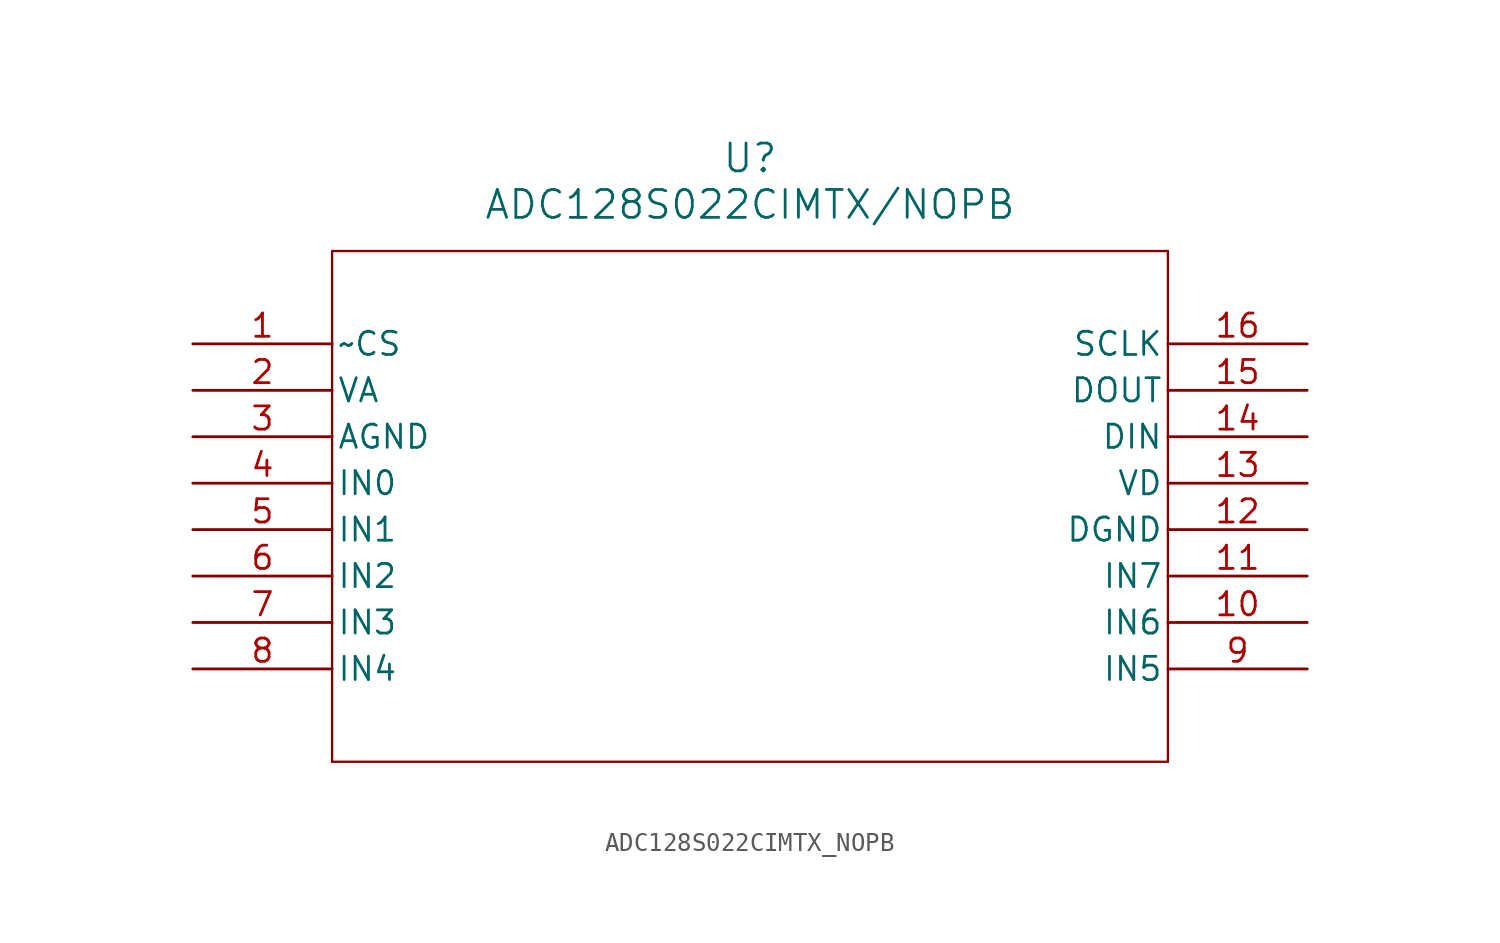
<source format=kicad_sym>
(kicad_symbol_lib
  (version 20211014)
  (generator kicad_symbol_editor)
  (symbol "ADC128S022CIMTX_NOPB"
    (pin_names
      (offset 0.254))
    (property "Reference" "U"
      (at 30.48 10.16 0)
      (effects (font (size 1.524 1.524))))
    (property "Value" "ADC128S022CIMTX/NOPB"
      (at 30.48 7.62 0)
      (effects (font (size 1.524 1.524))))
    (symbol "ADC128S022CIMTX_NOPB_0_1"
      (polyline (pts (xy 7.62 5.08) (xy 7.62 -22.86)) (stroke (width 0.127) (type default) (color 0 0 0 0)) (fill (type none)))
      (polyline (pts (xy 7.62 -22.86) (xy 53.34 -22.86)) (stroke (width 0.127) (type default) (color 0 0 0 0)) (fill (type none)))
      (polyline (pts (xy 53.34 -22.86) (xy 53.34 5.08)) (stroke (width 0.127) (type default) (color 0 0 0 0)) (fill (type none)))
      (polyline (pts (xy 53.34 5.08) (xy 7.62 5.08)) (stroke (width 0.127) (type default) (color 0 0 0 0)) (fill (type none)))
      (pin passive line (at 0 0 0) (length 7.62) (name "~CS" (effects (font (size 1.27 1.27)))) (number "1" (effects (font (size 1.27 1.27)))))
      (pin passive line (at 0 -2.54 0) (length 7.62) (name "VA" (effects (font (size 1.27 1.27)))) (number "2" (effects (font (size 1.27 1.27)))))
      (pin passive line (at 0 -5.08 0) (length 7.62) (name "AGND" (effects (font (size 1.27 1.27)))) (number "3" (effects (font (size 1.27 1.27)))))
      (pin input line (at 0 -7.62 0) (length 7.62) (name "IN0" (effects (font (size 1.27 1.27)))) (number "4" (effects (font (size 1.27 1.27)))))
      (pin input line (at 0 -10.16 0) (length 7.62) (name "IN1" (effects (font (size 1.27 1.27)))) (number "5" (effects (font (size 1.27 1.27)))))
      (pin input line (at 0 -12.7 0) (length 7.62) (name "IN2" (effects (font (size 1.27 1.27)))) (number "6" (effects (font (size 1.27 1.27)))))
      (pin input line (at 0 -15.24 0) (length 7.62) (name "IN3" (effects (font (size 1.27 1.27)))) (number "7" (effects (font (size 1.27 1.27)))))
      (pin input line (at 0 -17.78 0) (length 7.62) (name "IN4" (effects (font (size 1.27 1.27)))) (number "8" (effects (font (size 1.27 1.27)))))
      (pin input line (at 60.96 -17.78 180) (length 7.62) (name "IN5" (effects (font (size 1.27 1.27)))) (number "9" (effects (font (size 1.27 1.27)))))
      (pin input line (at 60.96 -15.24 180) (length 7.62) (name "IN6" (effects (font (size 1.27 1.27)))) (number "10" (effects (font (size 1.27 1.27)))))
      (pin input line (at 60.96 -12.7 180) (length 7.62) (name "IN7" (effects (font (size 1.27 1.27)))) (number "11" (effects (font (size 1.27 1.27)))))
      (pin passive line (at 60.96 -10.16 180) (length 7.62) (name "DGND" (effects (font (size 1.27 1.27)))) (number "12" (effects (font (size 1.27 1.27)))))
      (pin passive line (at 60.96 -7.62 180) (length 7.62) (name "VD" (effects (font (size 1.27 1.27)))) (number "13" (effects (font (size 1.27 1.27)))))
      (pin input line (at 60.96 -5.08 180) (length 7.62) (name "DIN" (effects (font (size 1.27 1.27)))) (number "14" (effects (font (size 1.27 1.27)))))
      (pin output line (at 60.96 -2.54 180) (length 7.62) (name "DOUT" (effects (font (size 1.27 1.27)))) (number "15" (effects (font (size 1.27 1.27)))))
      (pin passive line (at 60.96 0 180) (length 7.62) (name "SCLK" (effects (font (size 1.27 1.27)))) (number "16" (effects (font (size 1.27 1.27))))))))
</source>
